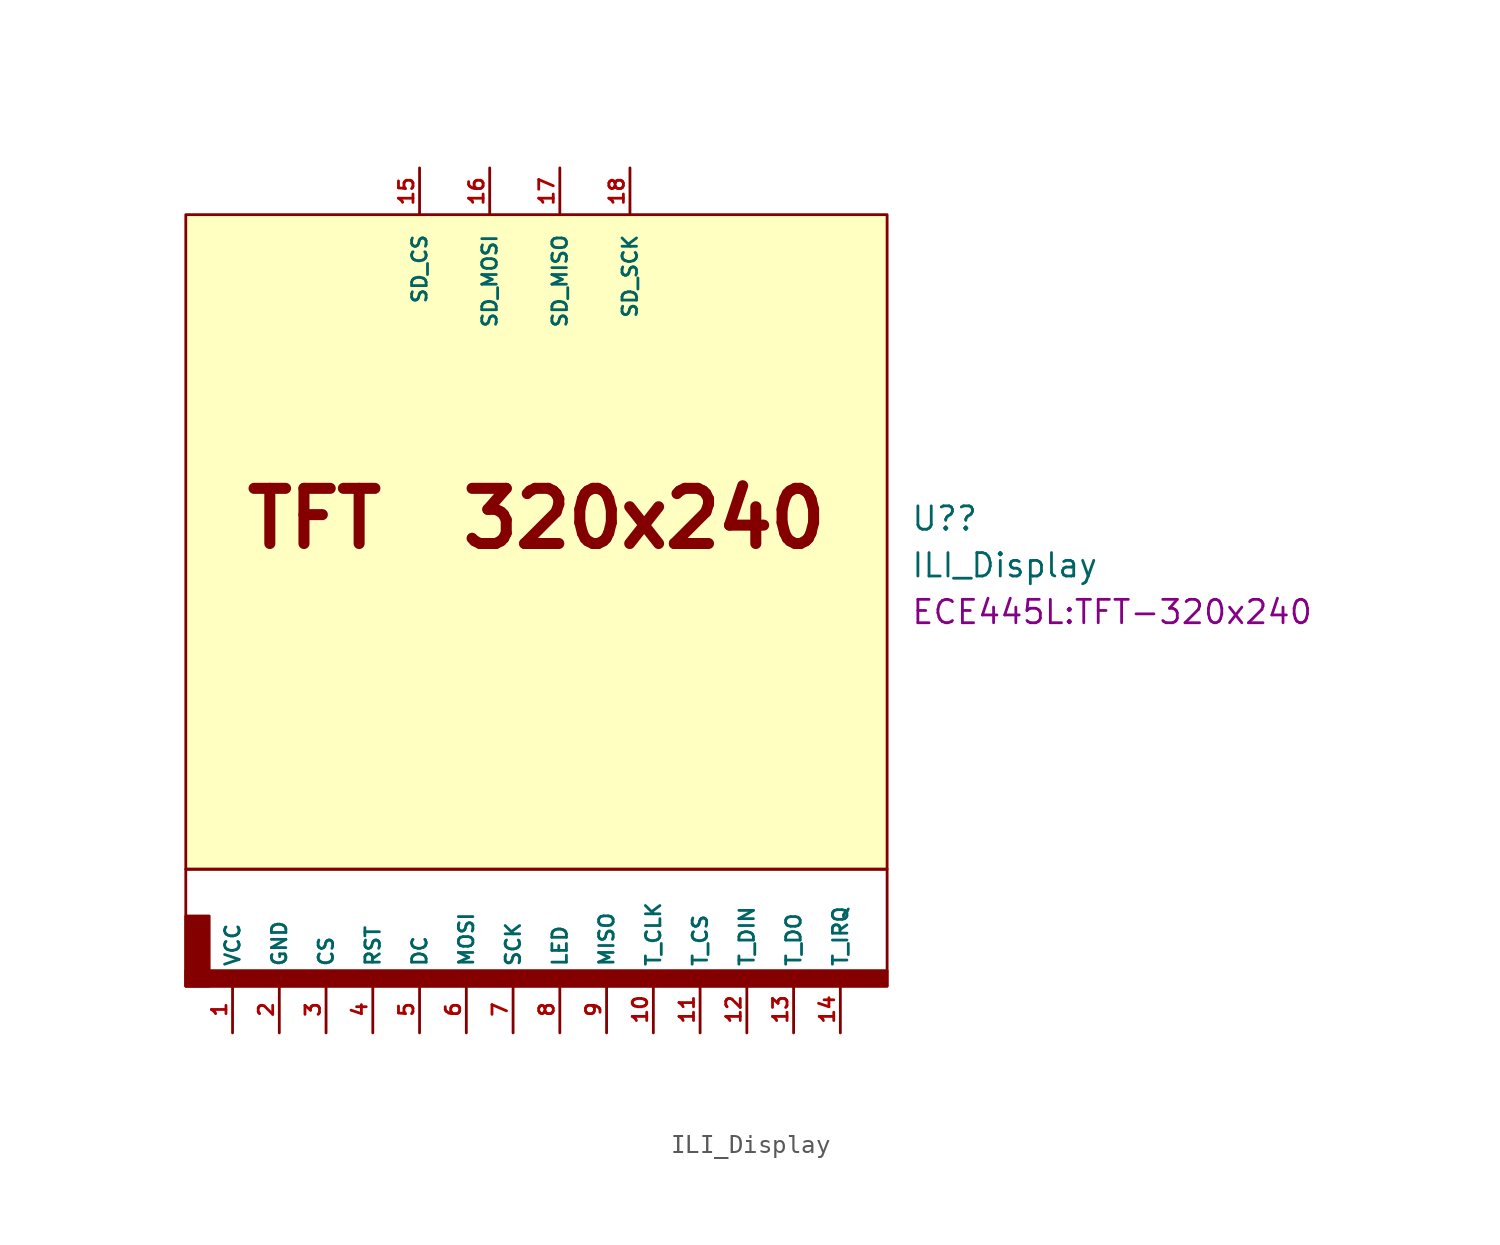
<source format=kicad_sym>
(kicad_symbol_lib
  (version 20220914)
  (generator kicad_symbol_editor)
  (symbol "ILI_Display"
    (pin_names
      (offset 1.016))
    (property "Reference" "U?"
      (at 20.32 25.4 0)
      (effects (font (size 1.27 1.27)) (justify left)))
    (property "Value" "ILI_Display"
      (at 20.32 22.86 0)
      (effects (font (size 1.27 1.27)) (justify left)))
    (property "Footprint" "ECE445L:TFT-320x240"
      (at 20.32 20.32 0)
      (effects (font (size 1.27 1.27)) (justify left)))
    (symbol "ILI_Display_0_0"
      (text "TFT  320x240" (at 0 25.4 0) (effects (font (size 2.997 2.997) bold))))
    (symbol "ILI_Display_0_1"
      (rectangle (start -19.05 0) (end 19.05 0.838) (stroke (width 0) (type default)) (fill (type outline)))
      (rectangle (start -19.05 0) (end 19.05 6.35) (stroke (width 0) (type default)) (fill (type none)))
      (rectangle (start -19.05 3.81) (end -17.78 0) (stroke (width 0) (type default)) (fill (type outline)))
      (rectangle (start -19.05 6.35) (end 19.05 41.91) (stroke (width 0) (type default)) (fill (type background))))
    (symbol "ILI_Display_1_1"
      (pin power_in line (at -16.51 -2.54 90) (length 2.54) (name "VCC" (effects (font (size 0.787 0.787)))) (number "1" (effects (font (size 0.787 0.787)))))
      (pin bidirectional line (at 6.35 -2.54 90) (length 2.54) (name "T_CLK" (effects (font (size 0.787 0.787)))) (number "10" (effects (font (size 0.787 0.787)))))
      (pin bidirectional line (at 8.89 -2.54 90) (length 2.54) (name "T_CS" (effects (font (size 0.787 0.787)))) (number "11" (effects (font (size 0.787 0.787)))))
      (pin bidirectional line (at 11.43 -2.54 90) (length 2.54) (name "T_DIN" (effects (font (size 0.787 0.787)))) (number "12" (effects (font (size 0.787 0.787)))))
      (pin bidirectional line (at 13.97 -2.54 90) (length 2.54) (name "T_DO" (effects (font (size 0.787 0.787)))) (number "13" (effects (font (size 0.787 0.787)))))
      (pin bidirectional line (at 16.51 -2.54 90) (length 2.54) (name "T_IRQ" (effects (font (size 0.787 0.787)))) (number "14" (effects (font (size 0.787 0.787)))))
      (pin bidirectional line (at -6.35 44.45 270) (length 2.54) (name "SD_CS" (effects (font (size 0.787 0.787)))) (number "15" (effects (font (size 0.787 0.787)))))
      (pin bidirectional line (at -2.54 44.45 270) (length 2.54) (name "SD_MOSI" (effects (font (size 0.787 0.787)))) (number "16" (effects (font (size 0.787 0.787)))))
      (pin bidirectional line (at 1.27 44.45 270) (length 2.54) (name "SD_MISO" (effects (font (size 0.787 0.787)))) (number "17" (effects (font (size 0.787 0.787)))))
      (pin bidirectional line (at 5.08 44.45 270) (length 2.54) (name "SD_SCK" (effects (font (size 0.787 0.787)))) (number "18" (effects (font (size 0.787 0.787)))))
      (pin bidirectional line (at -13.97 -2.54 90) (length 2.54) (name "GND" (effects (font (size 0.787 0.787)))) (number "2" (effects (font (size 0.787 0.787)))))
      (pin bidirectional line (at -11.43 -2.54 90) (length 2.54) (name "CS" (effects (font (size 0.787 0.787)))) (number "3" (effects (font (size 0.787 0.787)))))
      (pin bidirectional line (at -8.89 -2.54 90) (length 2.54) (name "RST" (effects (font (size 0.787 0.787)))) (number "4" (effects (font (size 0.787 0.787)))))
      (pin bidirectional line (at -6.35 -2.54 90) (length 2.54) (name "DC" (effects (font (size 0.787 0.787)))) (number "5" (effects (font (size 0.787 0.787)))))
      (pin bidirectional line (at -3.81 -2.54 90) (length 2.54) (name "MOSI" (effects (font (size 0.787 0.787)))) (number "6" (effects (font (size 0.787 0.787)))))
      (pin bidirectional line (at -1.27 -2.54 90) (length 2.54) (name "SCK" (effects (font (size 0.787 0.787)))) (number "7" (effects (font (size 0.787 0.787)))))
      (pin power_in line (at 1.27 -2.54 90) (length 2.54) (name "LED" (effects (font (size 0.787 0.787)))) (number "8" (effects (font (size 0.787 0.787)))))
      (pin bidirectional line (at 3.81 -2.54 90) (length 2.54) (name "MISO" (effects (font (size 0.787 0.787)))) (number "9" (effects (font (size 0.787 0.787))))))))
</source>
